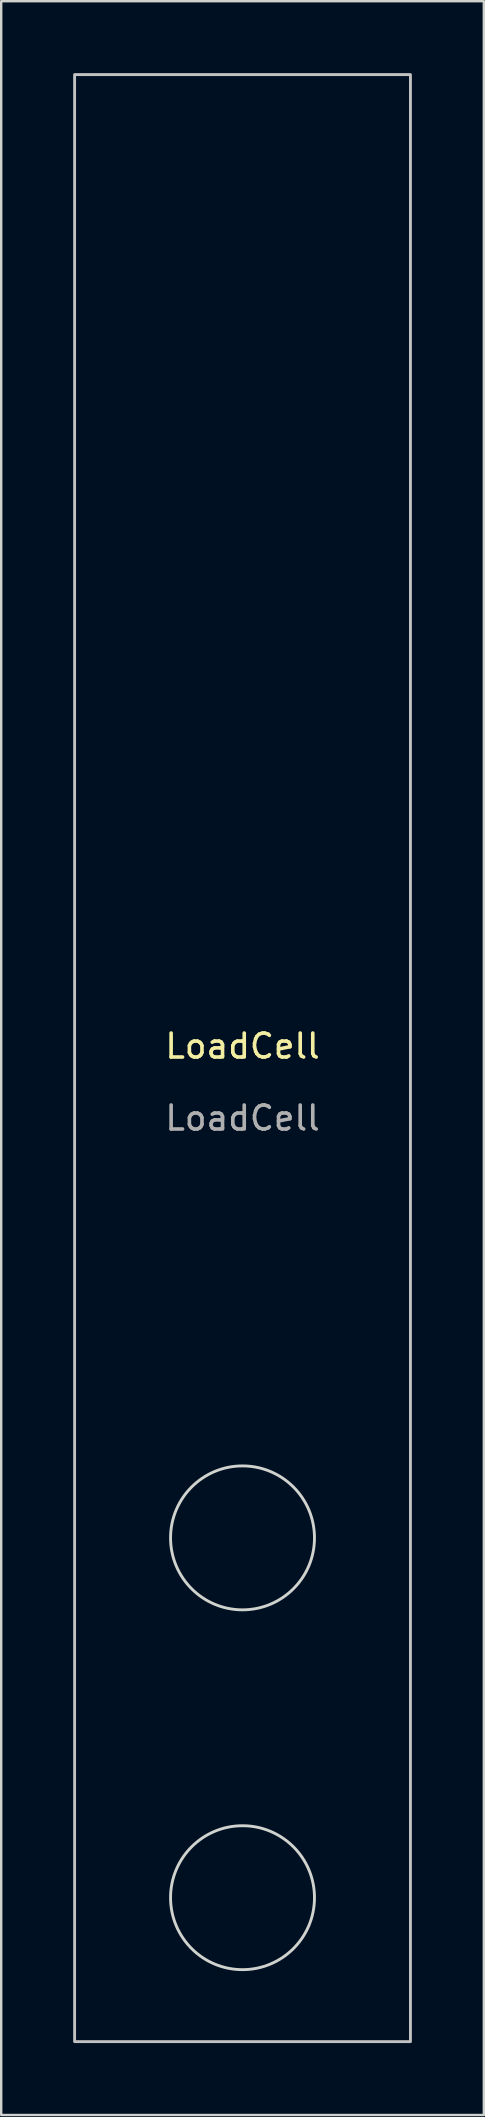
<source format=kicad_pcb>
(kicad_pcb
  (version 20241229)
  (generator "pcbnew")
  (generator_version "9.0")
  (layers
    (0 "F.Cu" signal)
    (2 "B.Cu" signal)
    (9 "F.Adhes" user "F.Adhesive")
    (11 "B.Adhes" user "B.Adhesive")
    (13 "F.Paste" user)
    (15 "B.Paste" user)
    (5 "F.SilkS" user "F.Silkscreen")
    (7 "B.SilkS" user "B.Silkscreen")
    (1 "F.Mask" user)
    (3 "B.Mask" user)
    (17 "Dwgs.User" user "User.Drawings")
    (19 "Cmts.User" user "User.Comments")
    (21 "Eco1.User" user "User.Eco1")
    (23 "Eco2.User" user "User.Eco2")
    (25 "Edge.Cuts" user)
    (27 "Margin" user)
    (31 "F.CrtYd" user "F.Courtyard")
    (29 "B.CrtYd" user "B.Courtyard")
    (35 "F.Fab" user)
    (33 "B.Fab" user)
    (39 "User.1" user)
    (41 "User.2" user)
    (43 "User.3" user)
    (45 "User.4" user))
  (footprint "LoadCell"
    (layer "F.Cu")
    (at 7.06 41.06)
    (property "Reference" "LoadCell" (at 0 -0.5 0) (unlocked yes) (layer "F.SilkS") (effects (font (size 1 1) (thickness 0.15))))
    (fp_rect (start -7 -41) (end 7 41) (stroke (width 0.12) (type solid)) (fill no) (layer "Dwgs.User"))
    (fp_circle (center 0 20) (end 3 20) (stroke (width 0.12) (type solid)) (fill no) (layer "Edge.Cuts"))
    (fp_circle (center 0 35) (end 3 35) (stroke (width 0.12) (type solid)) (fill no) (layer "Edge.Cuts"))
    (fp_text user "${REFERENCE}" (at 0 2.5 0) (unlocked yes) (layer "F.Fab") (effects (font (size 1 1) (thickness 0.15)))))
  (gr_rect
    (start -3 -3)
    (end 17.12 85.12)
    (stroke (width 0.1) (type default))
    (fill no)
    (layer "Edge.Cuts")))
</source>
